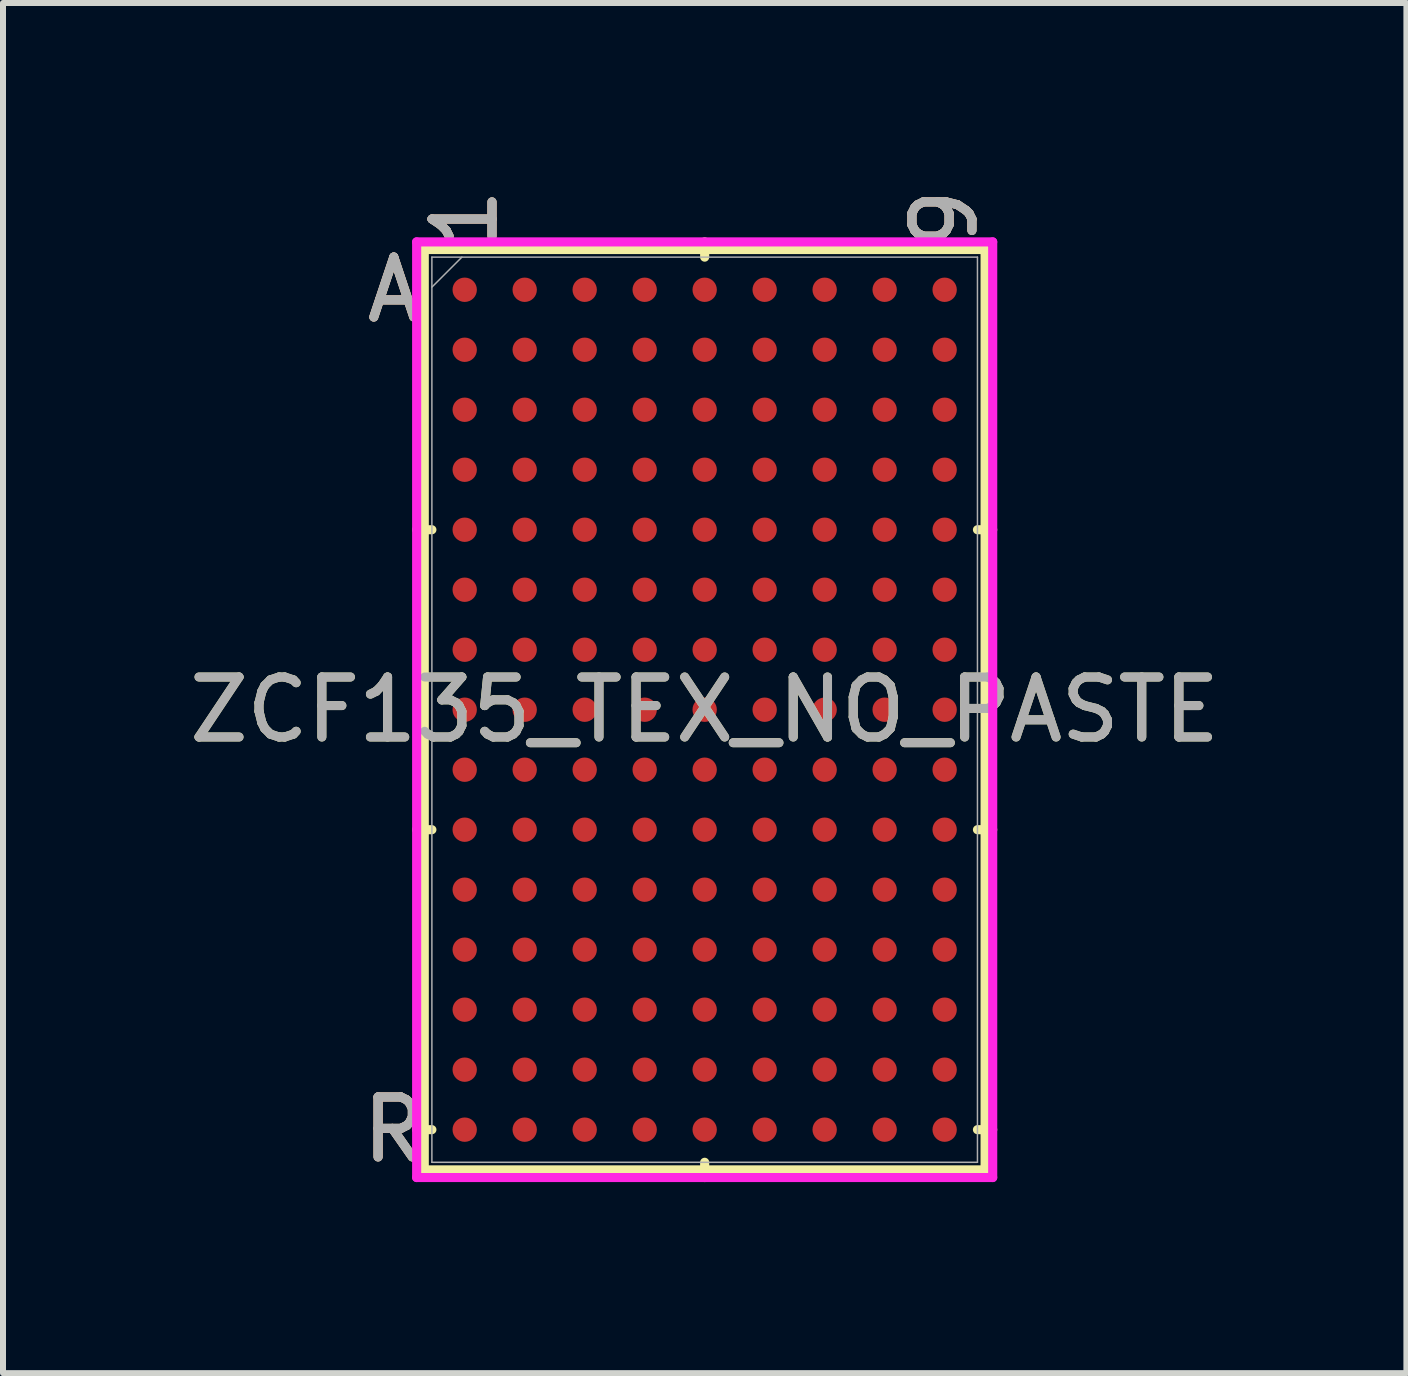
<source format=kicad_pcb>
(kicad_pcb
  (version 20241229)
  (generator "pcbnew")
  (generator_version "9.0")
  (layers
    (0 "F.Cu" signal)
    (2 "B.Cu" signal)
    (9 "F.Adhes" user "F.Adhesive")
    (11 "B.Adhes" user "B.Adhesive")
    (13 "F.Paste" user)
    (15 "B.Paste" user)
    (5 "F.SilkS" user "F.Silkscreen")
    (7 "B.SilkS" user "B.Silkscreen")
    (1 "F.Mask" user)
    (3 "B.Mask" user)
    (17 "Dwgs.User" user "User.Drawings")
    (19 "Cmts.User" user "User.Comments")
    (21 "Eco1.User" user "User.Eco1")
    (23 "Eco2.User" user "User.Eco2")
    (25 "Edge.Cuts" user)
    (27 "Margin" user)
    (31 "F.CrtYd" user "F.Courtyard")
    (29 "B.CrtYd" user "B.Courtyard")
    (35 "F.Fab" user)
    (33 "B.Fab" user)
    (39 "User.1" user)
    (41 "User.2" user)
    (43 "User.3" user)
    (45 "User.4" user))
  (footprint "ZCF135_TEX_NO_PASTE"
    (layer "F.Cu")
    (at 8.696 8.78)
    (property "Reference" "ZCF135_TEX_NO_PASTE" (at 0 0 0) (unlocked yes) (layer "F.SilkS") (effects (font (size 1 1) (thickness 0.15))))
    (attr smd)
    (fp_line (start -4.674 -7.671) (end -4.674 7.671) (stroke (width 0.152) (type solid)) (layer "F.SilkS"))
    (fp_line (start -4.674 7.671) (end 4.674 7.671) (stroke (width 0.152) (type solid)) (layer "F.SilkS"))
    (fp_line (start -4.547 -3) (end -4.801 -3) (stroke (width 0.152) (type solid)) (layer "F.SilkS"))
    (fp_line (start -4.547 2) (end -4.801 2) (stroke (width 0.152) (type solid)) (layer "F.SilkS"))
    (fp_line (start -4.547 7) (end -4.801 7) (stroke (width 0.152) (type solid)) (layer "F.SilkS"))
    (fp_line (start 0 -7.544) (end 0 -7.798) (stroke (width 0.152) (type solid)) (layer "F.SilkS"))
    (fp_line (start 0 7.544) (end 0 7.798) (stroke (width 0.152) (type solid)) (layer "F.SilkS"))
    (fp_line (start 4.547 -3) (end 4.801 -3) (stroke (width 0.152) (type solid)) (layer "F.SilkS"))
    (fp_line (start 4.547 2) (end 4.801 2) (stroke (width 0.152) (type solid)) (layer "F.SilkS"))
    (fp_line (start 4.547 7) (end 4.801 7) (stroke (width 0.152) (type solid)) (layer "F.SilkS"))
    (fp_line (start 4.674 -7.671) (end -4.674 -7.671) (stroke (width 0.152) (type solid)) (layer "F.SilkS"))
    (fp_line (start 4.674 7.671) (end 4.674 -7.671) (stroke (width 0.152) (type solid)) (layer "F.SilkS"))
    (fp_poly (pts (xy -5.008 -8.008) (xy 5.008 -8.008) (xy 5.008 8.008) (xy -5.008 8.008)) (stroke (width 0.1) (type solid)) (fill no) (layer "Eco2.User"))
    (fp_line (start -4.801 -7.798) (end 4.801 -7.798) (stroke (width 0.152) (type solid)) (layer "F.CrtYd"))
    (fp_line (start -4.801 7.798) (end -4.801 -7.798) (stroke (width 0.152) (type solid)) (layer "F.CrtYd"))
    (fp_line (start 4.801 -7.798) (end 4.801 7.798) (stroke (width 0.152) (type solid)) (layer "F.CrtYd"))
    (fp_line (start 4.801 7.798) (end -4.801 7.798) (stroke (width 0.152) (type solid)) (layer "F.CrtYd"))
    (fp_line (start -4.547 -7.544) (end -4.547 7.544) (stroke (width 0.025) (type solid)) (layer "F.Fab"))
    (fp_line (start -4.547 7.544) (end 4.547 7.544) (stroke (width 0.025) (type solid)) (layer "F.Fab"))
    (fp_line (start -4.047 -7.544) (end -4.547 -7.044) (stroke (width 0.025) (type solid)) (layer "F.Fab"))
    (fp_line (start 4.547 -7.544) (end -4.547 -7.544) (stroke (width 0.025) (type solid)) (layer "F.Fab"))
    (fp_line (start 4.547 7.544) (end 4.547 -7.544) (stroke (width 0.025) (type solid)) (layer "F.Fab"))
    (fp_text user "R" (at -5.182 7 0) (unlocked yes) (layer "F.SilkS") (effects (font (size 1 1) (thickness 0.15))))
    (fp_text user "1" (at -4 -8.179 90) (unlocked yes) (layer "F.SilkS") (effects (font (size 1 1) (thickness 0.15))))
    (fp_text user "A" (at -5.182 -7 0) (unlocked yes) (layer "F.SilkS") (effects (font (size 1 1) (thickness 0.15))))
    (fp_text user "9" (at 4 -8.179 90) (unlocked yes) (layer "F.SilkS") (effects (font (size 1 1) (thickness 0.15))))
    (fp_text user "R" (at -5.182 7 0) (unlocked yes) (layer "B.SilkS") (effects (font (size 1 1) (thickness 0.15))))
    (fp_text user "A" (at -5.182 -7 0) (unlocked yes) (layer "B.SilkS") (effects (font (size 1 1) (thickness 0.15))))
    (fp_text user "1" (at -4 -8.179 90) (unlocked yes) (layer "B.SilkS") (effects (font (size 1 1) (thickness 0.15))))
    (fp_text user "9" (at 4 -8.179 90) (unlocked yes) (layer "B.SilkS") (effects (font (size 1 1) (thickness 0.15))))
    (fp_text user "R" (at -5.182 7 0) (unlocked yes) (layer "F.Fab") (effects (font (size 1 1) (thickness 0.15))))
    (fp_text user "A" (at -5.182 -7 0) (unlocked yes) (layer "F.Fab") (effects (font (size 1 1) (thickness 0.15))))
    (fp_text user "9" (at 4 -8.179 90) (unlocked yes) (layer "F.Fab") (effects (font (size 1 1) (thickness 0.15))))
    (fp_text user "${REFERENCE}" (at 0 0 0) (unlocked yes) (layer "F.Fab") (effects (font (size 1 1) (thickness 0.15))))
    (fp_text user "1" (at -4 -8.179 90) (unlocked yes) (layer "F.Fab") (effects (font (size 1 1) (thickness 0.15))))
    (pad "A1" smd circle (at -4 -7) (size 0.406 0.406) (layers "F.Cu" "F.Mask"))
    (pad "A2" smd circle (at -3 -7) (size 0.406 0.406) (layers "F.Cu" "F.Mask"))
    (pad "A3" smd circle (at -2 -7) (size 0.406 0.406) (layers "F.Cu" "F.Mask"))
    (pad "A4" smd circle (at -1 -7) (size 0.406 0.406) (layers "F.Cu" "F.Mask"))
    (pad "A5" smd circle (at 0 -7) (size 0.406 0.406) (layers "F.Cu" "F.Mask"))
    (pad "A6" smd circle (at 1 -7) (size 0.406 0.406) (layers "F.Cu" "F.Mask"))
    (pad "A7" smd circle (at 2 -7) (size 0.406 0.406) (layers "F.Cu" "F.Mask"))
    (pad "A8" smd circle (at 3 -7) (size 0.406 0.406) (layers "F.Cu" "F.Mask"))
    (pad "A9" smd circle (at 4 -7) (size 0.406 0.406) (layers "F.Cu" "F.Mask"))
    (pad "B1" smd circle (at -4 -6) (size 0.406 0.406) (layers "F.Cu" "F.Mask"))
    (pad "B2" smd circle (at -3 -6) (size 0.406 0.406) (layers "F.Cu" "F.Mask"))
    (pad "B3" smd circle (at -2 -6) (size 0.406 0.406) (layers "F.Cu" "F.Mask"))
    (pad "B4" smd circle (at -1 -6) (size 0.406 0.406) (layers "F.Cu" "F.Mask"))
    (pad "B5" smd circle (at 0 -6) (size 0.406 0.406) (layers "F.Cu" "F.Mask"))
    (pad "B6" smd circle (at 1 -6) (size 0.406 0.406) (layers "F.Cu" "F.Mask"))
    (pad "B7" smd circle (at 2 -6) (size 0.406 0.406) (layers "F.Cu" "F.Mask"))
    (pad "B8" smd circle (at 3 -6) (size 0.406 0.406) (layers "F.Cu" "F.Mask"))
    (pad "B9" smd circle (at 4 -6) (size 0.406 0.406) (layers "F.Cu" "F.Mask"))
    (pad "C1" smd circle (at -4 -5) (size 0.406 0.406) (layers "F.Cu" "F.Mask"))
    (pad "C2" smd circle (at -3 -5) (size 0.406 0.406) (layers "F.Cu" "F.Mask"))
    (pad "C3" smd circle (at -2 -5) (size 0.406 0.406) (layers "F.Cu" "F.Mask"))
    (pad "C4" smd circle (at -1 -5) (size 0.406 0.406) (layers "F.Cu" "F.Mask"))
    (pad "C5" smd circle (at 0 -5) (size 0.406 0.406) (layers "F.Cu" "F.Mask"))
    (pad "C6" smd circle (at 1 -5) (size 0.406 0.406) (layers "F.Cu" "F.Mask"))
    (pad "C7" smd circle (at 2 -5) (size 0.406 0.406) (layers "F.Cu" "F.Mask"))
    (pad "C8" smd circle (at 3 -5) (size 0.406 0.406) (layers "F.Cu" "F.Mask"))
    (pad "C9" smd circle (at 4 -5) (size 0.406 0.406) (layers "F.Cu" "F.Mask"))
    (pad "D1" smd circle (at -4 -4) (size 0.406 0.406) (layers "F.Cu" "F.Mask"))
    (pad "D2" smd circle (at -3 -4) (size 0.406 0.406) (layers "F.Cu" "F.Mask"))
    (pad "D3" smd circle (at -2 -4) (size 0.406 0.406) (layers "F.Cu" "F.Mask"))
    (pad "D4" smd circle (at -1 -4) (size 0.406 0.406) (layers "F.Cu" "F.Mask"))
    (pad "D5" smd circle (at 0 -4) (size 0.406 0.406) (layers "F.Cu" "F.Mask"))
    (pad "D6" smd circle (at 1 -4) (size 0.406 0.406) (layers "F.Cu" "F.Mask"))
    (pad "D7" smd circle (at 2 -4) (size 0.406 0.406) (layers "F.Cu" "F.Mask"))
    (pad "D8" smd circle (at 3 -4) (size 0.406 0.406) (layers "F.Cu" "F.Mask"))
    (pad "D9" smd circle (at 4 -4) (size 0.406 0.406) (layers "F.Cu" "F.Mask"))
    (pad "E1" smd circle (at -4 -3) (size 0.406 0.406) (layers "F.Cu" "F.Mask"))
    (pad "E2" smd circle (at -3 -3) (size 0.406 0.406) (layers "F.Cu" "F.Mask"))
    (pad "E3" smd circle (at -2 -3) (size 0.406 0.406) (layers "F.Cu" "F.Mask"))
    (pad "E4" smd circle (at -1 -3) (size 0.406 0.406) (layers "F.Cu" "F.Mask"))
    (pad "E5" smd circle (at 0 -3) (size 0.406 0.406) (layers "F.Cu" "F.Mask"))
    (pad "E6" smd circle (at 1 -3) (size 0.406 0.406) (layers "F.Cu" "F.Mask"))
    (pad "E7" smd circle (at 2 -3) (size 0.406 0.406) (layers "F.Cu" "F.Mask"))
    (pad "E8" smd circle (at 3 -3) (size 0.406 0.406) (layers "F.Cu" "F.Mask"))
    (pad "E9" smd circle (at 4 -3) (size 0.406 0.406) (layers "F.Cu" "F.Mask"))
    (pad "F1" smd circle (at -4 -2) (size 0.406 0.406) (layers "F.Cu" "F.Mask"))
    (pad "F2" smd circle (at -3 -2) (size 0.406 0.406) (layers "F.Cu" "F.Mask"))
    (pad "F3" smd circle (at -2 -2) (size 0.406 0.406) (layers "F.Cu" "F.Mask"))
    (pad "F4" smd circle (at -1 -2) (size 0.406 0.406) (layers "F.Cu" "F.Mask"))
    (pad "F5" smd circle (at 0 -2) (size 0.406 0.406) (layers "F.Cu" "F.Mask"))
    (pad "F6" smd circle (at 1 -2) (size 0.406 0.406) (layers "F.Cu" "F.Mask"))
    (pad "F7" smd circle (at 2 -2) (size 0.406 0.406) (layers "F.Cu" "F.Mask"))
    (pad "F8" smd circle (at 3 -2) (size 0.406 0.406) (layers "F.Cu" "F.Mask"))
    (pad "F9" smd circle (at 4 -2) (size 0.406 0.406) (layers "F.Cu" "F.Mask"))
    (pad "G1" smd circle (at -4 -1) (size 0.406 0.406) (layers "F.Cu" "F.Mask"))
    (pad "G2" smd circle (at -3 -1) (size 0.406 0.406) (layers "F.Cu" "F.Mask"))
    (pad "G3" smd circle (at -2 -1) (size 0.406 0.406) (layers "F.Cu" "F.Mask"))
    (pad "G4" smd circle (at -1 -1) (size 0.406 0.406) (layers "F.Cu" "F.Mask"))
    (pad "G5" smd circle (at 0 -1) (size 0.406 0.406) (layers "F.Cu" "F.Mask"))
    (pad "G6" smd circle (at 1 -1) (size 0.406 0.406) (layers "F.Cu" "F.Mask"))
    (pad "G7" smd circle (at 2 -1) (size 0.406 0.406) (layers "F.Cu" "F.Mask"))
    (pad "G8" smd circle (at 3 -1) (size 0.406 0.406) (layers "F.Cu" "F.Mask"))
    (pad "G9" smd circle (at 4 -1) (size 0.406 0.406) (layers "F.Cu" "F.Mask"))
    (pad "H1" smd circle (at -4 0) (size 0.406 0.406) (layers "F.Cu" "F.Mask"))
    (pad "H2" smd circle (at -3 0) (size 0.406 0.406) (layers "F.Cu" "F.Mask"))
    (pad "H3" smd circle (at -2 0) (size 0.406 0.406) (layers "F.Cu" "F.Mask"))
    (pad "H4" smd circle (at -1 0) (size 0.406 0.406) (layers "F.Cu" "F.Mask"))
    (pad "H5" smd circle (at 0 0) (size 0.406 0.406) (layers "F.Cu" "F.Mask"))
    (pad "H6" smd circle (at 1 0) (size 0.406 0.406) (layers "F.Cu" "F.Mask"))
    (pad "H7" smd circle (at 2 0) (size 0.406 0.406) (layers "F.Cu" "F.Mask"))
    (pad "H8" smd circle (at 3 0) (size 0.406 0.406) (layers "F.Cu" "F.Mask"))
    (pad "H9" smd circle (at 4 0) (size 0.406 0.406) (layers "F.Cu" "F.Mask"))
    (pad "J1" smd circle (at -4 1) (size 0.406 0.406) (layers "F.Cu" "F.Mask"))
    (pad "J2" smd circle (at -3 1) (size 0.406 0.406) (layers "F.Cu" "F.Mask"))
    (pad "J3" smd circle (at -2 1) (size 0.406 0.406) (layers "F.Cu" "F.Mask"))
    (pad "J4" smd circle (at -1 1) (size 0.406 0.406) (layers "F.Cu" "F.Mask"))
    (pad "J5" smd circle (at 0 1) (size 0.406 0.406) (layers "F.Cu" "F.Mask"))
    (pad "J6" smd circle (at 1 1) (size 0.406 0.406) (layers "F.Cu" "F.Mask"))
    (pad "J7" smd circle (at 2 1) (size 0.406 0.406) (layers "F.Cu" "F.Mask"))
    (pad "J8" smd circle (at 3 1) (size 0.406 0.406) (layers "F.Cu" "F.Mask"))
    (pad "J9" smd circle (at 4 1) (size 0.406 0.406) (layers "F.Cu" "F.Mask"))
    (pad "K1" smd circle (at -4 2) (size 0.406 0.406) (layers "F.Cu" "F.Mask"))
    (pad "K2" smd circle (at -3 2) (size 0.406 0.406) (layers "F.Cu" "F.Mask"))
    (pad "K3" smd circle (at -2 2) (size 0.406 0.406) (layers "F.Cu" "F.Mask"))
    (pad "K4" smd circle (at -1 2) (size 0.406 0.406) (layers "F.Cu" "F.Mask"))
    (pad "K5" smd circle (at 0 2) (size 0.406 0.406) (layers "F.Cu" "F.Mask"))
    (pad "K6" smd circle (at 1 2) (size 0.406 0.406) (layers "F.Cu" "F.Mask"))
    (pad "K7" smd circle (at 2 2) (size 0.406 0.406) (layers "F.Cu" "F.Mask"))
    (pad "K8" smd circle (at 3 2) (size 0.406 0.406) (layers "F.Cu" "F.Mask"))
    (pad "K9" smd circle (at 4 2) (size 0.406 0.406) (layers "F.Cu" "F.Mask"))
    (pad "L1" smd circle (at -4 3) (size 0.406 0.406) (layers "F.Cu" "F.Mask"))
    (pad "L2" smd circle (at -3 3) (size 0.406 0.406) (layers "F.Cu" "F.Mask"))
    (pad "L3" smd circle (at -2 3) (size 0.406 0.406) (layers "F.Cu" "F.Mask"))
    (pad "L4" smd circle (at -1 3) (size 0.406 0.406) (layers "F.Cu" "F.Mask"))
    (pad "L5" smd circle (at 0 3) (size 0.406 0.406) (layers "F.Cu" "F.Mask"))
    (pad "L6" smd circle (at 1 3) (size 0.406 0.406) (layers "F.Cu" "F.Mask"))
    (pad "L7" smd circle (at 2 3) (size 0.406 0.406) (layers "F.Cu" "F.Mask"))
    (pad "L8" smd circle (at 3 3) (size 0.406 0.406) (layers "F.Cu" "F.Mask"))
    (pad "L9" smd circle (at 4 3) (size 0.406 0.406) (layers "F.Cu" "F.Mask"))
    (pad "M1" smd circle (at -4 4) (size 0.406 0.406) (layers "F.Cu" "F.Mask"))
    (pad "M2" smd circle (at -3 4) (size 0.406 0.406) (layers "F.Cu" "F.Mask"))
    (pad "M3" smd circle (at -2 4) (size 0.406 0.406) (layers "F.Cu" "F.Mask"))
    (pad "M4" smd circle (at -1 4) (size 0.406 0.406) (layers "F.Cu" "F.Mask"))
    (pad "M5" smd circle (at 0 4) (size 0.406 0.406) (layers "F.Cu" "F.Mask"))
    (pad "M6" smd circle (at 1 4) (size 0.406 0.406) (layers "F.Cu" "F.Mask"))
    (pad "M7" smd circle (at 2 4) (size 0.406 0.406) (layers "F.Cu" "F.Mask"))
    (pad "M8" smd circle (at 3 4) (size 0.406 0.406) (layers "F.Cu" "F.Mask"))
    (pad "M9" smd circle (at 4 4) (size 0.406 0.406) (layers "F.Cu" "F.Mask"))
    (pad "N1" smd circle (at -4 5) (size 0.406 0.406) (layers "F.Cu" "F.Mask"))
    (pad "N2" smd circle (at -3 5) (size 0.406 0.406) (layers "F.Cu" "F.Mask"))
    (pad "N3" smd circle (at -2 5) (size 0.406 0.406) (layers "F.Cu" "F.Mask"))
    (pad "N4" smd circle (at -1 5) (size 0.406 0.406) (layers "F.Cu" "F.Mask"))
    (pad "N5" smd circle (at 0 5) (size 0.406 0.406) (layers "F.Cu" "F.Mask"))
    (pad "N6" smd circle (at 1 5) (size 0.406 0.406) (layers "F.Cu" "F.Mask"))
    (pad "N7" smd circle (at 2 5) (size 0.406 0.406) (layers "F.Cu" "F.Mask"))
    (pad "N8" smd circle (at 3 5) (size 0.406 0.406) (layers "F.Cu" "F.Mask"))
    (pad "N9" smd circle (at 4 5) (size 0.406 0.406) (layers "F.Cu" "F.Mask"))
    (pad "P1" smd circle (at -4 6) (size 0.406 0.406) (layers "F.Cu" "F.Mask"))
    (pad "P2" smd circle (at -3 6) (size 0.406 0.406) (layers "F.Cu" "F.Mask"))
    (pad "P3" smd circle (at -2 6) (size 0.406 0.406) (layers "F.Cu" "F.Mask"))
    (pad "P4" smd circle (at -1 6) (size 0.406 0.406) (layers "F.Cu" "F.Mask"))
    (pad "P5" smd circle (at 0 6) (size 0.406 0.406) (layers "F.Cu" "F.Mask"))
    (pad "P6" smd circle (at 1 6) (size 0.406 0.406) (layers "F.Cu" "F.Mask"))
    (pad "P7" smd circle (at 2 6) (size 0.406 0.406) (layers "F.Cu" "F.Mask"))
    (pad "P8" smd circle (at 3 6) (size 0.406 0.406) (layers "F.Cu" "F.Mask"))
    (pad "P9" smd circle (at 4 6) (size 0.406 0.406) (layers "F.Cu" "F.Mask"))
    (pad "R1" smd circle (at -4 7) (size 0.406 0.406) (layers "F.Cu" "F.Mask"))
    (pad "R2" smd circle (at -3 7) (size 0.406 0.406) (layers "F.Cu" "F.Mask"))
    (pad "R3" smd circle (at -2 7) (size 0.406 0.406) (layers "F.Cu" "F.Mask"))
    (pad "R4" smd circle (at -1 7) (size 0.406 0.406) (layers "F.Cu" "F.Mask"))
    (pad "R5" smd circle (at 0 7) (size 0.406 0.406) (layers "F.Cu" "F.Mask"))
    (pad "R6" smd circle (at 1 7) (size 0.406 0.406) (layers "F.Cu" "F.Mask"))
    (pad "R7" smd circle (at 2 7) (size 0.406 0.406) (layers "F.Cu" "F.Mask"))
    (pad "R8" smd circle (at 3 7) (size 0.406 0.406) (layers "F.Cu" "F.Mask"))
    (pad "R9" smd circle (at 4 7) (size 0.406 0.406) (layers "F.Cu" "F.Mask")))
  (gr_rect
    (start -3 -3)
    (end 20.393 19.838)
    (stroke (width 0.1) (type default))
    (fill no)
    (layer "Edge.Cuts")))
</source>
